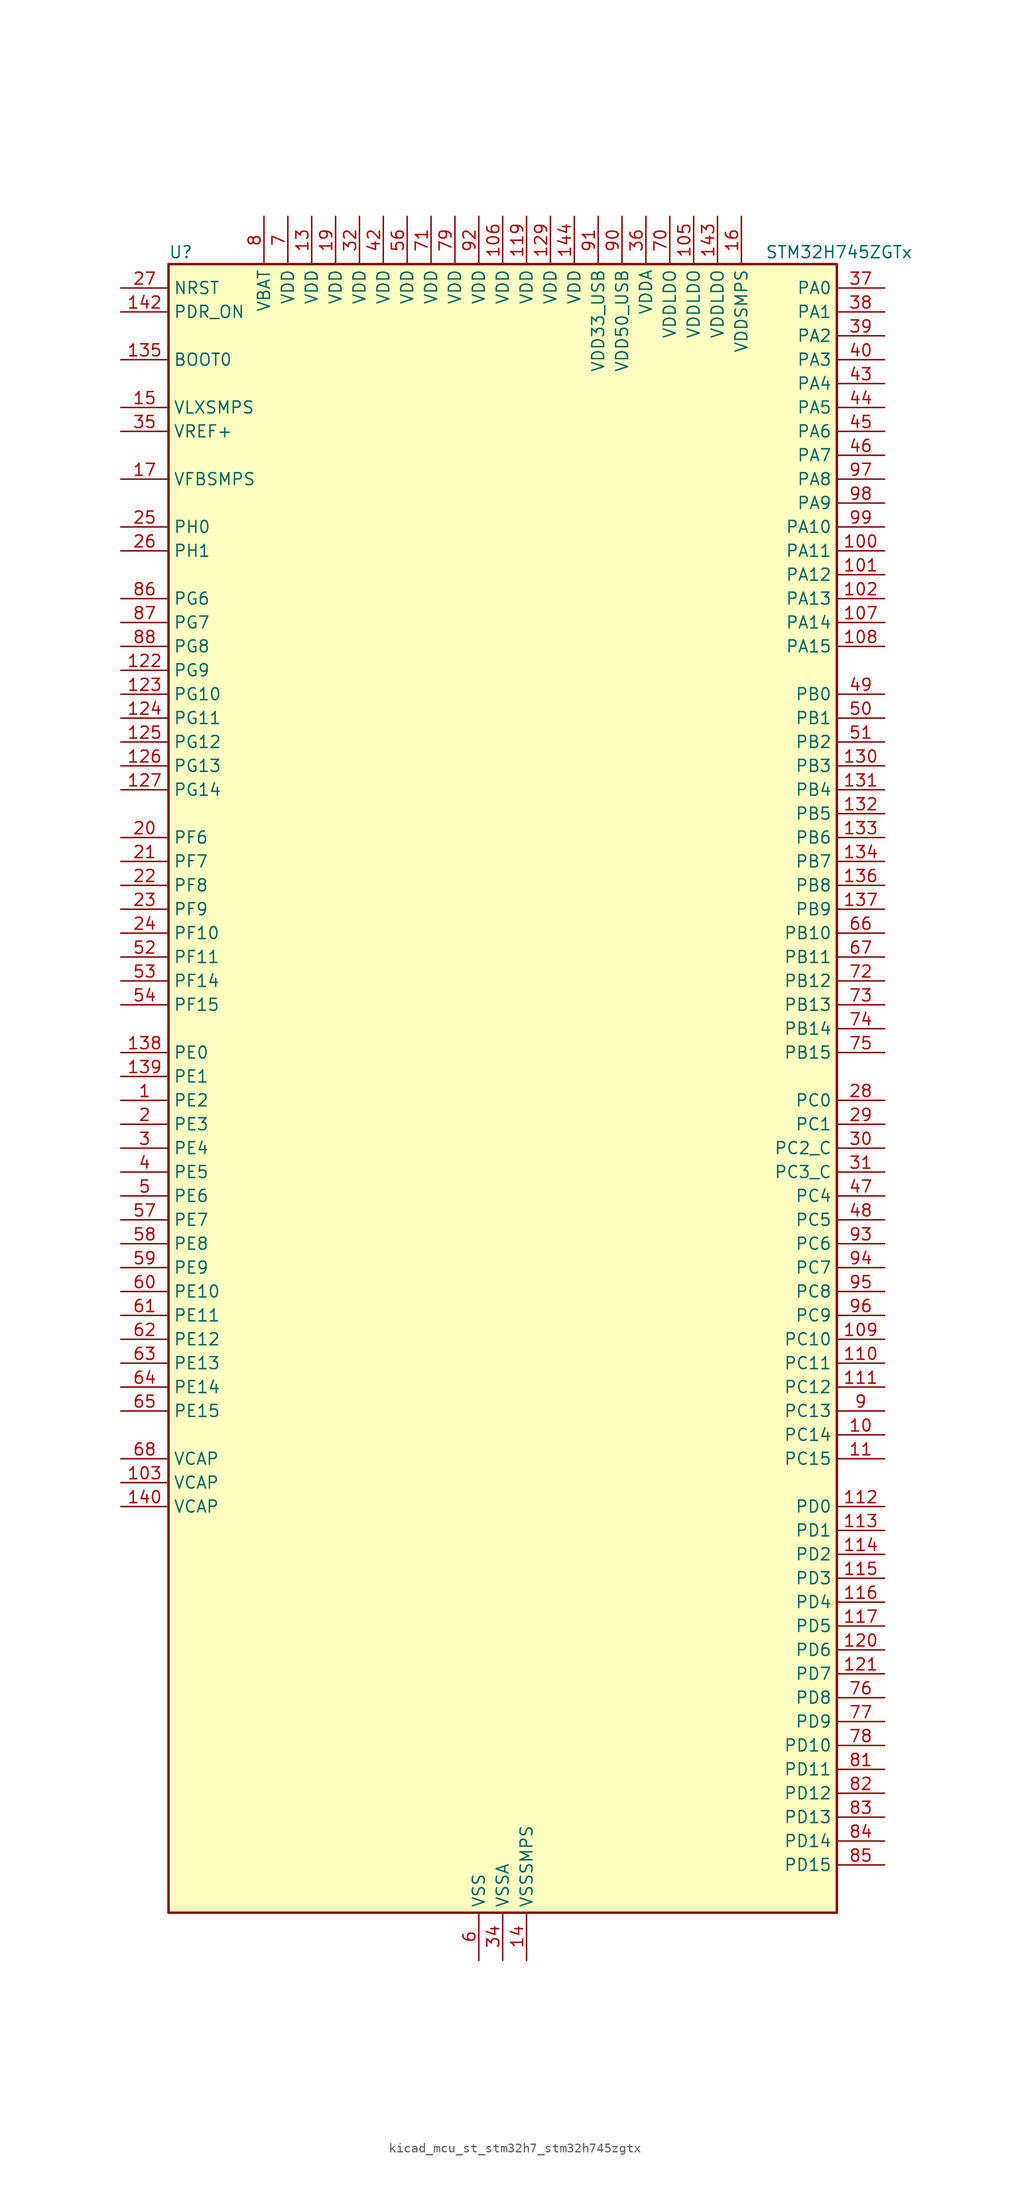
<source format=kicad_sym>
(kicad_symbol_lib
  (version 20220914)
  (generator kicad_symbol_editor)
  (symbol "kicad_mcu_st_stm32h7_stm32h745zgtx"
    (property "Reference" "U"
      (at -35.56 90.17 0)
      (effects (font (size 1.27 1.27)) (justify left)))
    (property "Value" "STM32H745ZGTx"
      (at 27.94 90.17 0)
      (effects (font (size 1.27 1.27)) (justify left)))
    (property "ki_locked" ""
      (at 0 0 0)
      (effects (font (size 1.27 1.27))))
    (symbol "kicad_mcu_st_stm32h7_stm32h745zgtx_0_1"
      (rectangle (start -35.56 -86.36) (end 35.56 88.9) (stroke (width 0.254) (type default)) (fill (type background))))
    (symbol "kicad_mcu_st_stm32h7_stm32h745zgtx_1_1"
      (pin bidirectional line (at -40.64 0 0) (length 5.08) (name "PE2" (effects (font (size 1.27 1.27)))) (number "1" (effects (font (size 1.27 1.27)))) (alternate "DEBUG_TRACECLK" bidirectional line) (alternate "ETH_TXD3" bidirectional line) (alternate "FMC_A23" bidirectional line) (alternate "QUADSPI_BK1_IO2" bidirectional line) (alternate "SAI1_CK1" bidirectional line) (alternate "SAI1_MCLK_A" bidirectional line) (alternate "SAI4_CK1" bidirectional line) (alternate "SAI4_MCLK_A" bidirectional line) (alternate "SPI4_SCK" bidirectional line))
      (pin bidirectional line (at 40.64 -35.56 180) (length 5.08) (name "PC14" (effects (font (size 1.27 1.27)))) (number "10" (effects (font (size 1.27 1.27)))) (alternate "RCC_OSC32_IN" bidirectional line))
      (pin bidirectional line (at 40.64 58.42 180) (length 5.08) (name "PA11" (effects (font (size 1.27 1.27)))) (number "100" (effects (font (size 1.27 1.27)))) (alternate "ADC1_EXTI11" bidirectional line) (alternate "ADC2_EXTI11" bidirectional line) (alternate "ADC3_EXTI11" bidirectional line) (alternate "FDCAN1_RX" bidirectional line) (alternate "HRTIM_CHD1" bidirectional line) (alternate "I2S2_WS" bidirectional line) (alternate "LPUART1_CTS" bidirectional line) (alternate "LTDC_R4" bidirectional line) (alternate "SPI2_NSS" bidirectional line) (alternate "TIM1_CH4" bidirectional line) (alternate "UART4_RX" bidirectional line) (alternate "USART1_CTS" bidirectional line) (alternate "USART1_NSS" bidirectional line) (alternate "USB_OTG_FS_DM" bidirectional line))
      (pin bidirectional line (at 40.64 55.88 180) (length 5.08) (name "PA12" (effects (font (size 1.27 1.27)))) (number "101" (effects (font (size 1.27 1.27)))) (alternate "FDCAN1_TX" bidirectional line) (alternate "HRTIM_CHD2" bidirectional line) (alternate "I2S2_CK" bidirectional line) (alternate "LPUART1_DE" bidirectional line) (alternate "LPUART1_RTS" bidirectional line) (alternate "LTDC_R5" bidirectional line) (alternate "SAI2_FS_B" bidirectional line) (alternate "SPI2_SCK" bidirectional line) (alternate "TIM1_ETR" bidirectional line) (alternate "UART4_TX" bidirectional line) (alternate "USART1_DE" bidirectional line) (alternate "USART1_RTS" bidirectional line) (alternate "USB_OTG_FS_DP" bidirectional line))
      (pin bidirectional line (at 40.64 53.34 180) (length 5.08) (name "PA13" (effects (font (size 1.27 1.27)))) (number "102" (effects (font (size 1.27 1.27)))) (alternate "DEBUG_JTMS-SWDIO" bidirectional line))
      (pin power_out line (at -40.64 -40.64 0) (length 5.08) (name "VCAP" (effects (font (size 1.27 1.27)))) (number "103" (effects (font (size 1.27 1.27)))))
      (pin passive line (at -2.54 -91.44 90) (length 5.08) hide (name "VSS" (effects (font (size 1.27 1.27)))) (number "104" (effects (font (size 1.27 1.27)))))
      (pin power_in line (at 20.32 93.98 270) (length 5.08) (name "VDDLDO" (effects (font (size 1.27 1.27)))) (number "105" (effects (font (size 1.27 1.27)))))
      (pin power_in line (at 0 93.98 270) (length 5.08) (name "VDD" (effects (font (size 1.27 1.27)))) (number "106" (effects (font (size 1.27 1.27)))))
      (pin bidirectional line (at 40.64 50.8 180) (length 5.08) (name "PA14" (effects (font (size 1.27 1.27)))) (number "107" (effects (font (size 1.27 1.27)))) (alternate "DEBUG_JTCK-SWCLK" bidirectional line))
      (pin bidirectional line (at 40.64 48.26 180) (length 5.08) (name "PA15" (effects (font (size 1.27 1.27)))) (number "108" (effects (font (size 1.27 1.27)))) (alternate "ADC1_EXTI15" bidirectional line) (alternate "ADC2_EXTI15" bidirectional line) (alternate "ADC3_EXTI15" bidirectional line) (alternate "CEC" bidirectional line) (alternate "DEBUG_JTDI" bidirectional line) (alternate "HRTIM_FLT1" bidirectional line) (alternate "I2S1_WS" bidirectional line) (alternate "I2S3_WS" bidirectional line) (alternate "SPI1_NSS" bidirectional line) (alternate "SPI3_NSS" bidirectional line) (alternate "SPI6_NSS" bidirectional line) (alternate "TIM2_CH1" bidirectional line) (alternate "TIM2_ETR" bidirectional line) (alternate "UART4_DE" bidirectional line) (alternate "UART4_RTS" bidirectional line) (alternate "UART7_TX" bidirectional line))
      (pin bidirectional line (at 40.64 -25.4 180) (length 5.08) (name "PC10" (effects (font (size 1.27 1.27)))) (number "109" (effects (font (size 1.27 1.27)))) (alternate "DCMI_D8" bidirectional line) (alternate "DFSDM1_CKIN5" bidirectional line) (alternate "HRTIM_EEV1" bidirectional line) (alternate "I2S3_CK" bidirectional line) (alternate "LTDC_R2" bidirectional line) (alternate "QUADSPI_BK1_IO1" bidirectional line) (alternate "SDMMC1_D2" bidirectional line) (alternate "SPI3_SCK" bidirectional line) (alternate "UART4_TX" bidirectional line) (alternate "USART3_TX" bidirectional line))
      (pin bidirectional line (at 40.64 -38.1 180) (length 5.08) (name "PC15" (effects (font (size 1.27 1.27)))) (number "11" (effects (font (size 1.27 1.27)))) (alternate "ADC1_EXTI15" bidirectional line) (alternate "ADC2_EXTI15" bidirectional line) (alternate "ADC3_EXTI15" bidirectional line) (alternate "RCC_OSC32_OUT" bidirectional line))
      (pin bidirectional line (at 40.64 -27.94 180) (length 5.08) (name "PC11" (effects (font (size 1.27 1.27)))) (number "110" (effects (font (size 1.27 1.27)))) (alternate "ADC1_EXTI11" bidirectional line) (alternate "ADC2_EXTI11" bidirectional line) (alternate "ADC3_EXTI11" bidirectional line) (alternate "DCMI_D4" bidirectional line) (alternate "DFSDM1_DATIN5" bidirectional line) (alternate "HRTIM_FLT2" bidirectional line) (alternate "I2S3_SDI" bidirectional line) (alternate "QUADSPI_BK2_NCS" bidirectional line) (alternate "SDMMC1_D3" bidirectional line) (alternate "SPI3_MISO" bidirectional line) (alternate "UART4_RX" bidirectional line) (alternate "USART3_RX" bidirectional line))
      (pin bidirectional line (at 40.64 -30.48 180) (length 5.08) (name "PC12" (effects (font (size 1.27 1.27)))) (number "111" (effects (font (size 1.27 1.27)))) (alternate "DCMI_D9" bidirectional line) (alternate "DEBUG_TRACED3" bidirectional line) (alternate "HRTIM_EEV2" bidirectional line) (alternate "I2S3_SDO" bidirectional line) (alternate "SDMMC1_CK" bidirectional line) (alternate "SPI3_MOSI" bidirectional line) (alternate "UART5_TX" bidirectional line) (alternate "USART3_CK" bidirectional line))
      (pin bidirectional line (at 40.64 -43.18 180) (length 5.08) (name "PD0" (effects (font (size 1.27 1.27)))) (number "112" (effects (font (size 1.27 1.27)))) (alternate "DFSDM1_CKIN6" bidirectional line) (alternate "FDCAN1_RX" bidirectional line) (alternate "FMC_D2" bidirectional line) (alternate "FMC_DA2" bidirectional line) (alternate "SAI3_SCK_A" bidirectional line) (alternate "UART4_RX" bidirectional line))
      (pin bidirectional line (at 40.64 -45.72 180) (length 5.08) (name "PD1" (effects (font (size 1.27 1.27)))) (number "113" (effects (font (size 1.27 1.27)))) (alternate "DFSDM1_DATIN6" bidirectional line) (alternate "FDCAN1_TX" bidirectional line) (alternate "FMC_D3" bidirectional line) (alternate "FMC_DA3" bidirectional line) (alternate "SAI3_SD_A" bidirectional line) (alternate "UART4_TX" bidirectional line))
      (pin bidirectional line (at 40.64 -48.26 180) (length 5.08) (name "PD2" (effects (font (size 1.27 1.27)))) (number "114" (effects (font (size 1.27 1.27)))) (alternate "DCMI_D11" bidirectional line) (alternate "DEBUG_TRACED2" bidirectional line) (alternate "SDMMC1_CMD" bidirectional line) (alternate "TIM3_ETR" bidirectional line) (alternate "UART5_RX" bidirectional line))
      (pin bidirectional line (at 40.64 -50.8 180) (length 5.08) (name "PD3" (effects (font (size 1.27 1.27)))) (number "115" (effects (font (size 1.27 1.27)))) (alternate "DCMI_D5" bidirectional line) (alternate "DFSDM1_CKOUT" bidirectional line) (alternate "FMC_CLK" bidirectional line) (alternate "I2S2_CK" bidirectional line) (alternate "LTDC_G7" bidirectional line) (alternate "SPI2_SCK" bidirectional line) (alternate "USART2_CTS" bidirectional line) (alternate "USART2_NSS" bidirectional line))
      (pin bidirectional line (at 40.64 -53.34 180) (length 5.08) (name "PD4" (effects (font (size 1.27 1.27)))) (number "116" (effects (font (size 1.27 1.27)))) (alternate "FMC_NOE" bidirectional line) (alternate "HRTIM_FLT3" bidirectional line) (alternate "SAI3_FS_A" bidirectional line) (alternate "USART2_DE" bidirectional line) (alternate "USART2_RTS" bidirectional line))
      (pin bidirectional line (at 40.64 -55.88 180) (length 5.08) (name "PD5" (effects (font (size 1.27 1.27)))) (number "117" (effects (font (size 1.27 1.27)))) (alternate "FMC_NWE" bidirectional line) (alternate "HRTIM_EEV3" bidirectional line) (alternate "USART2_TX" bidirectional line))
      (pin passive line (at -2.54 -91.44 90) (length 5.08) hide (name "VSS" (effects (font (size 1.27 1.27)))) (number "118" (effects (font (size 1.27 1.27)))))
      (pin power_in line (at 2.54 93.98 270) (length 5.08) (name "VDD" (effects (font (size 1.27 1.27)))) (number "119" (effects (font (size 1.27 1.27)))))
      (pin passive line (at -2.54 -91.44 90) (length 5.08) hide (name "VSS" (effects (font (size 1.27 1.27)))) (number "12" (effects (font (size 1.27 1.27)))))
      (pin bidirectional line (at 40.64 -58.42 180) (length 5.08) (name "PD6" (effects (font (size 1.27 1.27)))) (number "120" (effects (font (size 1.27 1.27)))) (alternate "DCMI_D10" bidirectional line) (alternate "DFSDM1_CKIN4" bidirectional line) (alternate "DFSDM1_DATIN1" bidirectional line) (alternate "FMC_NWAIT" bidirectional line) (alternate "I2S3_SDO" bidirectional line) (alternate "LTDC_B2" bidirectional line) (alternate "SAI1_D1" bidirectional line) (alternate "SAI1_SD_A" bidirectional line) (alternate "SAI4_D1" bidirectional line) (alternate "SAI4_SD_A" bidirectional line) (alternate "SDMMC2_CK" bidirectional line) (alternate "SPI3_MOSI" bidirectional line) (alternate "USART2_RX" bidirectional line))
      (pin bidirectional line (at 40.64 -60.96 180) (length 5.08) (name "PD7" (effects (font (size 1.27 1.27)))) (number "121" (effects (font (size 1.27 1.27)))) (alternate "DFSDM1_CKIN1" bidirectional line) (alternate "DFSDM1_DATIN4" bidirectional line) (alternate "FMC_NE1" bidirectional line) (alternate "I2S1_SDO" bidirectional line) (alternate "SDMMC2_CMD" bidirectional line) (alternate "SPDIFRX1_IN0" bidirectional line) (alternate "SPI1_MOSI" bidirectional line) (alternate "USART2_CK" bidirectional line))
      (pin bidirectional line (at -40.64 45.72 0) (length 5.08) (name "PG9" (effects (font (size 1.27 1.27)))) (number "122" (effects (font (size 1.27 1.27)))) (alternate "DAC1_EXTI9" bidirectional line) (alternate "DCMI_VSYNC" bidirectional line) (alternate "FMC_NCE" bidirectional line) (alternate "FMC_NE2" bidirectional line) (alternate "I2S1_SDI" bidirectional line) (alternate "QUADSPI_BK2_IO2" bidirectional line) (alternate "SAI2_FS_B" bidirectional line) (alternate "SPDIFRX1_IN3" bidirectional line) (alternate "SPI1_MISO" bidirectional line) (alternate "USART6_RX" bidirectional line))
      (pin bidirectional line (at -40.64 43.18 0) (length 5.08) (name "PG10" (effects (font (size 1.27 1.27)))) (number "123" (effects (font (size 1.27 1.27)))) (alternate "DCMI_D2" bidirectional line) (alternate "FMC_NE3" bidirectional line) (alternate "HRTIM_FLT5" bidirectional line) (alternate "I2S1_WS" bidirectional line) (alternate "LTDC_B2" bidirectional line) (alternate "LTDC_G3" bidirectional line) (alternate "SAI2_SD_B" bidirectional line) (alternate "SPI1_NSS" bidirectional line))
      (pin bidirectional line (at -40.64 40.64 0) (length 5.08) (name "PG11" (effects (font (size 1.27 1.27)))) (number "124" (effects (font (size 1.27 1.27)))) (alternate "ADC1_EXTI11" bidirectional line) (alternate "ADC2_EXTI11" bidirectional line) (alternate "ADC3_EXTI11" bidirectional line) (alternate "DCMI_D3" bidirectional line) (alternate "ETH_TX_EN" bidirectional line) (alternate "HRTIM_EEV4" bidirectional line) (alternate "I2S1_CK" bidirectional line) (alternate "LPTIM1_IN2" bidirectional line) (alternate "LTDC_B3" bidirectional line) (alternate "SDMMC2_D2" bidirectional line) (alternate "SPDIFRX1_IN0" bidirectional line) (alternate "SPI1_SCK" bidirectional line))
      (pin bidirectional line (at -40.64 38.1 0) (length 5.08) (name "PG12" (effects (font (size 1.27 1.27)))) (number "125" (effects (font (size 1.27 1.27)))) (alternate "ETH_TXD1" bidirectional line) (alternate "FMC_NE4" bidirectional line) (alternate "HRTIM_EEV5" bidirectional line) (alternate "LPTIM1_IN1" bidirectional line) (alternate "LTDC_B1" bidirectional line) (alternate "LTDC_B4" bidirectional line) (alternate "SPDIFRX1_IN1" bidirectional line) (alternate "SPI6_MISO" bidirectional line) (alternate "USART6_DE" bidirectional line) (alternate "USART6_RTS" bidirectional line))
      (pin bidirectional line (at -40.64 35.56 0) (length 5.08) (name "PG13" (effects (font (size 1.27 1.27)))) (number "126" (effects (font (size 1.27 1.27)))) (alternate "DEBUG_TRACED0" bidirectional line) (alternate "ETH_TXD0" bidirectional line) (alternate "FMC_A24" bidirectional line) (alternate "HRTIM_EEV10" bidirectional line) (alternate "LPTIM1_OUT" bidirectional line) (alternate "LTDC_R0" bidirectional line) (alternate "SPI6_SCK" bidirectional line) (alternate "USART6_CTS" bidirectional line) (alternate "USART6_NSS" bidirectional line))
      (pin bidirectional line (at -40.64 33.02 0) (length 5.08) (name "PG14" (effects (font (size 1.27 1.27)))) (number "127" (effects (font (size 1.27 1.27)))) (alternate "DEBUG_TRACED1" bidirectional line) (alternate "ETH_TXD1" bidirectional line) (alternate "FMC_A25" bidirectional line) (alternate "LPTIM1_ETR" bidirectional line) (alternate "LTDC_B0" bidirectional line) (alternate "QUADSPI_BK2_IO3" bidirectional line) (alternate "SPI6_MOSI" bidirectional line) (alternate "USART6_TX" bidirectional line))
      (pin passive line (at -2.54 -91.44 90) (length 5.08) hide (name "VSS" (effects (font (size 1.27 1.27)))) (number "128" (effects (font (size 1.27 1.27)))))
      (pin power_in line (at 5.08 93.98 270) (length 5.08) (name "VDD" (effects (font (size 1.27 1.27)))) (number "129" (effects (font (size 1.27 1.27)))))
      (pin power_in line (at -20.32 93.98 270) (length 5.08) (name "VDD" (effects (font (size 1.27 1.27)))) (number "13" (effects (font (size 1.27 1.27)))))
      (pin bidirectional line (at 40.64 35.56 180) (length 5.08) (name "PB3" (effects (font (size 1.27 1.27)))) (number "130" (effects (font (size 1.27 1.27)))) (alternate "CRS_SYNC" bidirectional line) (alternate "DEBUG_JTDO-SWO" bidirectional line) (alternate "HRTIM_FLT4" bidirectional line) (alternate "I2S1_CK" bidirectional line) (alternate "I2S3_CK" bidirectional line) (alternate "SDMMC2_D2" bidirectional line) (alternate "SPI1_SCK" bidirectional line) (alternate "SPI3_SCK" bidirectional line) (alternate "SPI6_SCK" bidirectional line) (alternate "TIM2_CH2" bidirectional line) (alternate "UART7_RX" bidirectional line))
      (pin bidirectional line (at 40.64 33.02 180) (length 5.08) (name "PB4" (effects (font (size 1.27 1.27)))) (number "131" (effects (font (size 1.27 1.27)))) (alternate "DEBUG_JTRST" bidirectional line) (alternate "HRTIM_EEV6" bidirectional line) (alternate "I2S1_SDI" bidirectional line) (alternate "I2S2_WS" bidirectional line) (alternate "I2S3_SDI" bidirectional line) (alternate "SDMMC2_D3" bidirectional line) (alternate "SPI1_MISO" bidirectional line) (alternate "SPI2_NSS" bidirectional line) (alternate "SPI3_MISO" bidirectional line) (alternate "SPI6_MISO" bidirectional line) (alternate "TIM16_BKIN" bidirectional line) (alternate "TIM3_CH1" bidirectional line) (alternate "UART7_TX" bidirectional line))
      (pin bidirectional line (at 40.64 30.48 180) (length 5.08) (name "PB5" (effects (font (size 1.27 1.27)))) (number "132" (effects (font (size 1.27 1.27)))) (alternate "DCMI_D10" bidirectional line) (alternate "ETH_PPS_OUT" bidirectional line) (alternate "FDCAN2_RX" bidirectional line) (alternate "FMC_SDCKE1" bidirectional line) (alternate "HRTIM_EEV7" bidirectional line) (alternate "I2C1_SMBA" bidirectional line) (alternate "I2C4_SMBA" bidirectional line) (alternate "I2S1_SDO" bidirectional line) (alternate "I2S3_SDO" bidirectional line) (alternate "SPI1_MOSI" bidirectional line) (alternate "SPI3_MOSI" bidirectional line) (alternate "SPI6_MOSI" bidirectional line) (alternate "TIM17_BKIN" bidirectional line) (alternate "TIM3_CH2" bidirectional line) (alternate "UART5_RX" bidirectional line) (alternate "USB_OTG_HS_ULPI_D7" bidirectional line))
      (pin bidirectional line (at 40.64 27.94 180) (length 5.08) (name "PB6" (effects (font (size 1.27 1.27)))) (number "133" (effects (font (size 1.27 1.27)))) (alternate "CEC" bidirectional line) (alternate "DCMI_D5" bidirectional line) (alternate "DFSDM1_DATIN5" bidirectional line) (alternate "FDCAN2_TX" bidirectional line) (alternate "FMC_SDNE1" bidirectional line) (alternate "HRTIM_EEV8" bidirectional line) (alternate "I2C1_SCL" bidirectional line) (alternate "I2C4_SCL" bidirectional line) (alternate "LPUART1_TX" bidirectional line) (alternate "QUADSPI_BK1_NCS" bidirectional line) (alternate "TIM16_CH1N" bidirectional line) (alternate "TIM4_CH1" bidirectional line) (alternate "UART5_TX" bidirectional line) (alternate "USART1_TX" bidirectional line))
      (pin bidirectional line (at 40.64 25.4 180) (length 5.08) (name "PB7" (effects (font (size 1.27 1.27)))) (number "134" (effects (font (size 1.27 1.27)))) (alternate "DCMI_VSYNC" bidirectional line) (alternate "DFSDM1_CKIN5" bidirectional line) (alternate "FMC_NL" bidirectional line) (alternate "HRTIM_EEV9" bidirectional line) (alternate "I2C1_SDA" bidirectional line) (alternate "I2C4_SDA" bidirectional line) (alternate "LPUART1_RX" bidirectional line) (alternate "PWR_PVD_IN" bidirectional line) (alternate "TIM17_CH1N" bidirectional line) (alternate "TIM4_CH2" bidirectional line) (alternate "USART1_RX" bidirectional line))
      (pin input line (at -40.64 78.74 0) (length 5.08) (name "BOOT0" (effects (font (size 1.27 1.27)))) (number "135" (effects (font (size 1.27 1.27)))))
      (pin bidirectional line (at 40.64 22.86 180) (length 5.08) (name "PB8" (effects (font (size 1.27 1.27)))) (number "136" (effects (font (size 1.27 1.27)))) (alternate "DCMI_D6" bidirectional line) (alternate "DFSDM1_CKIN7" bidirectional line) (alternate "ETH_TXD3" bidirectional line) (alternate "FDCAN1_RX" bidirectional line) (alternate "I2C1_SCL" bidirectional line) (alternate "I2C4_SCL" bidirectional line) (alternate "LTDC_B6" bidirectional line) (alternate "SDMMC1_CKIN" bidirectional line) (alternate "SDMMC1_D4" bidirectional line) (alternate "SDMMC2_D4" bidirectional line) (alternate "TIM16_CH1" bidirectional line) (alternate "TIM4_CH3" bidirectional line) (alternate "UART4_RX" bidirectional line))
      (pin bidirectional line (at 40.64 20.32 180) (length 5.08) (name "PB9" (effects (font (size 1.27 1.27)))) (number "137" (effects (font (size 1.27 1.27)))) (alternate "DAC1_EXTI9" bidirectional line) (alternate "DCMI_D7" bidirectional line) (alternate "DFSDM1_DATIN7" bidirectional line) (alternate "FDCAN1_TX" bidirectional line) (alternate "I2C1_SDA" bidirectional line) (alternate "I2C4_SDA" bidirectional line) (alternate "I2C4_SMBA" bidirectional line) (alternate "I2S2_WS" bidirectional line) (alternate "LTDC_B7" bidirectional line) (alternate "SDMMC1_CDIR" bidirectional line) (alternate "SDMMC1_D5" bidirectional line) (alternate "SDMMC2_D5" bidirectional line) (alternate "SPI2_NSS" bidirectional line) (alternate "TIM17_CH1" bidirectional line) (alternate "TIM4_CH4" bidirectional line) (alternate "UART4_TX" bidirectional line))
      (pin bidirectional line (at -40.64 5.08 0) (length 5.08) (name "PE0" (effects (font (size 1.27 1.27)))) (number "138" (effects (font (size 1.27 1.27)))) (alternate "DCMI_D2" bidirectional line) (alternate "FMC_NBL0" bidirectional line) (alternate "HRTIM_SCIN" bidirectional line) (alternate "LPTIM1_ETR" bidirectional line) (alternate "LPTIM2_ETR" bidirectional line) (alternate "SAI2_MCLK_A" bidirectional line) (alternate "TIM4_ETR" bidirectional line) (alternate "UART8_RX" bidirectional line))
      (pin bidirectional line (at -40.64 2.54 0) (length 5.08) (name "PE1" (effects (font (size 1.27 1.27)))) (number "139" (effects (font (size 1.27 1.27)))) (alternate "DCMI_D3" bidirectional line) (alternate "FMC_NBL1" bidirectional line) (alternate "HRTIM_SCOUT" bidirectional line) (alternate "LPTIM1_IN2" bidirectional line) (alternate "UART8_TX" bidirectional line))
      (pin power_in line (at 2.54 -91.44 90) (length 5.08) (name "VSSSMPS" (effects (font (size 1.27 1.27)))) (number "14" (effects (font (size 1.27 1.27)))))
      (pin power_out line (at -40.64 -43.18 0) (length 5.08) (name "VCAP" (effects (font (size 1.27 1.27)))) (number "140" (effects (font (size 1.27 1.27)))))
      (pin passive line (at -2.54 -91.44 90) (length 5.08) hide (name "VSS" (effects (font (size 1.27 1.27)))) (number "141" (effects (font (size 1.27 1.27)))))
      (pin input line (at -40.64 83.82 0) (length 5.08) (name "PDR_ON" (effects (font (size 1.27 1.27)))) (number "142" (effects (font (size 1.27 1.27)))))
      (pin power_in line (at 22.86 93.98 270) (length 5.08) (name "VDDLDO" (effects (font (size 1.27 1.27)))) (number "143" (effects (font (size 1.27 1.27)))))
      (pin power_in line (at 7.62 93.98 270) (length 5.08) (name "VDD" (effects (font (size 1.27 1.27)))) (number "144" (effects (font (size 1.27 1.27)))))
      (pin power_in line (at -40.64 73.66 0) (length 5.08) (name "VLXSMPS" (effects (font (size 1.27 1.27)))) (number "15" (effects (font (size 1.27 1.27)))))
      (pin power_in line (at 25.4 93.98 270) (length 5.08) (name "VDDSMPS" (effects (font (size 1.27 1.27)))) (number "16" (effects (font (size 1.27 1.27)))))
      (pin input line (at -40.64 66.04 0) (length 5.08) (name "VFBSMPS" (effects (font (size 1.27 1.27)))) (number "17" (effects (font (size 1.27 1.27)))))
      (pin passive line (at -2.54 -91.44 90) (length 5.08) hide (name "VSS" (effects (font (size 1.27 1.27)))) (number "18" (effects (font (size 1.27 1.27)))))
      (pin power_in line (at -17.78 93.98 270) (length 5.08) (name "VDD" (effects (font (size 1.27 1.27)))) (number "19" (effects (font (size 1.27 1.27)))))
      (pin bidirectional line (at -40.64 -2.54 0) (length 5.08) (name "PE3" (effects (font (size 1.27 1.27)))) (number "2" (effects (font (size 1.27 1.27)))) (alternate "DEBUG_TRACED0" bidirectional line) (alternate "FMC_A19" bidirectional line) (alternate "SAI1_SD_B" bidirectional line) (alternate "SAI4_SD_B" bidirectional line) (alternate "TIM15_BKIN" bidirectional line))
      (pin bidirectional line (at -40.64 27.94 0) (length 5.08) (name "PF6" (effects (font (size 1.27 1.27)))) (number "20" (effects (font (size 1.27 1.27)))) (alternate "ADC3_INP8" bidirectional line) (alternate "QUADSPI_BK1_IO3" bidirectional line) (alternate "SAI1_SD_B" bidirectional line) (alternate "SAI4_SD_B" bidirectional line) (alternate "SPI5_NSS" bidirectional line) (alternate "TIM16_CH1" bidirectional line) (alternate "UART7_RX" bidirectional line))
      (pin bidirectional line (at -40.64 25.4 0) (length 5.08) (name "PF7" (effects (font (size 1.27 1.27)))) (number "21" (effects (font (size 1.27 1.27)))) (alternate "ADC3_INP3" bidirectional line) (alternate "QUADSPI_BK1_IO2" bidirectional line) (alternate "SAI1_MCLK_B" bidirectional line) (alternate "SAI4_MCLK_B" bidirectional line) (alternate "SPI5_SCK" bidirectional line) (alternate "TIM17_CH1" bidirectional line) (alternate "UART7_TX" bidirectional line))
      (pin bidirectional line (at -40.64 22.86 0) (length 5.08) (name "PF8" (effects (font (size 1.27 1.27)))) (number "22" (effects (font (size 1.27 1.27)))) (alternate "ADC3_INN3" bidirectional line) (alternate "ADC3_INP7" bidirectional line) (alternate "QUADSPI_BK1_IO0" bidirectional line) (alternate "SAI1_SCK_B" bidirectional line) (alternate "SAI4_SCK_B" bidirectional line) (alternate "SPI5_MISO" bidirectional line) (alternate "TIM13_CH1" bidirectional line) (alternate "TIM16_CH1N" bidirectional line) (alternate "UART7_DE" bidirectional line) (alternate "UART7_RTS" bidirectional line))
      (pin bidirectional line (at -40.64 20.32 0) (length 5.08) (name "PF9" (effects (font (size 1.27 1.27)))) (number "23" (effects (font (size 1.27 1.27)))) (alternate "ADC3_INP2" bidirectional line) (alternate "DAC1_EXTI9" bidirectional line) (alternate "QUADSPI_BK1_IO1" bidirectional line) (alternate "SAI1_FS_B" bidirectional line) (alternate "SAI4_FS_B" bidirectional line) (alternate "SPI5_MOSI" bidirectional line) (alternate "TIM14_CH1" bidirectional line) (alternate "TIM17_CH1N" bidirectional line) (alternate "UART7_CTS" bidirectional line))
      (pin bidirectional line (at -40.64 17.78 0) (length 5.08) (name "PF10" (effects (font (size 1.27 1.27)))) (number "24" (effects (font (size 1.27 1.27)))) (alternate "ADC3_INN2" bidirectional line) (alternate "ADC3_INP6" bidirectional line) (alternate "DCMI_D11" bidirectional line) (alternate "LTDC_DE" bidirectional line) (alternate "QUADSPI_CLK" bidirectional line) (alternate "SAI1_D3" bidirectional line) (alternate "SAI4_D3" bidirectional line) (alternate "TIM16_BKIN" bidirectional line))
      (pin bidirectional line (at -40.64 60.96 0) (length 5.08) (name "PH0" (effects (font (size 1.27 1.27)))) (number "25" (effects (font (size 1.27 1.27)))) (alternate "RCC_OSC_IN" bidirectional line))
      (pin bidirectional line (at -40.64 58.42 0) (length 5.08) (name "PH1" (effects (font (size 1.27 1.27)))) (number "26" (effects (font (size 1.27 1.27)))) (alternate "RCC_OSC_OUT" bidirectional line))
      (pin input line (at -40.64 86.36 0) (length 5.08) (name "NRST" (effects (font (size 1.27 1.27)))) (number "27" (effects (font (size 1.27 1.27)))))
      (pin bidirectional line (at 40.64 0 180) (length 5.08) (name "PC0" (effects (font (size 1.27 1.27)))) (number "28" (effects (font (size 1.27 1.27)))) (alternate "ADC1_INP10" bidirectional line) (alternate "ADC2_INP10" bidirectional line) (alternate "ADC3_INP10" bidirectional line) (alternate "DFSDM1_CKIN0" bidirectional line) (alternate "DFSDM1_DATIN4" bidirectional line) (alternate "FMC_SDNWE" bidirectional line) (alternate "LTDC_R5" bidirectional line) (alternate "SAI2_FS_B" bidirectional line) (alternate "USB_OTG_HS_ULPI_STP" bidirectional line))
      (pin bidirectional line (at 40.64 -2.54 180) (length 5.08) (name "PC1" (effects (font (size 1.27 1.27)))) (number "29" (effects (font (size 1.27 1.27)))) (alternate "ADC1_INN10" bidirectional line) (alternate "ADC1_INP11" bidirectional line) (alternate "ADC2_INN10" bidirectional line) (alternate "ADC2_INP11" bidirectional line) (alternate "ADC3_INN10" bidirectional line) (alternate "ADC3_INP11" bidirectional line) (alternate "DEBUG_TRACED0" bidirectional line) (alternate "DFSDM1_CKIN4" bidirectional line) (alternate "DFSDM1_DATIN0" bidirectional line) (alternate "ETH_MDC" bidirectional line) (alternate "I2S2_SDO" bidirectional line) (alternate "MDIOS_MDC" bidirectional line) (alternate "PWR_WKUP5" bidirectional line) (alternate "RTC_TAMP3" bidirectional line) (alternate "SAI1_D1" bidirectional line) (alternate "SAI1_SD_A" bidirectional line) (alternate "SAI4_D1" bidirectional line) (alternate "SAI4_SD_A" bidirectional line) (alternate "SDMMC2_CK" bidirectional line) (alternate "SPI2_MOSI" bidirectional line))
      (pin bidirectional line (at -40.64 -5.08 0) (length 5.08) (name "PE4" (effects (font (size 1.27 1.27)))) (number "3" (effects (font (size 1.27 1.27)))) (alternate "DCMI_D4" bidirectional line) (alternate "DEBUG_TRACED1" bidirectional line) (alternate "DFSDM1_DATIN3" bidirectional line) (alternate "FMC_A20" bidirectional line) (alternate "LTDC_B0" bidirectional line) (alternate "SAI1_D2" bidirectional line) (alternate "SAI1_FS_A" bidirectional line) (alternate "SAI4_D2" bidirectional line) (alternate "SAI4_FS_A" bidirectional line) (alternate "SPI4_NSS" bidirectional line) (alternate "TIM15_CH1N" bidirectional line))
      (pin bidirectional line (at 40.64 -5.08 180) (length 5.08) (name "PC2_C" (effects (font (size 1.27 1.27)))) (number "30" (effects (font (size 1.27 1.27)))) (alternate "ADC3_INN1" bidirectional line) (alternate "ADC3_INP0" bidirectional line) (alternate "DFSDM1_CKIN1" bidirectional line) (alternate "DFSDM1_CKOUT" bidirectional line) (alternate "ETH_TXD2" bidirectional line) (alternate "FMC_SDNE0" bidirectional line) (alternate "I2S2_SDI" bidirectional line) (alternate "PWR_CSTOP" bidirectional line) (alternate "SPI2_MISO" bidirectional line) (alternate "USB_OTG_HS_ULPI_DIR" bidirectional line))
      (pin bidirectional line (at 40.64 -7.62 180) (length 5.08) (name "PC3_C" (effects (font (size 1.27 1.27)))) (number "31" (effects (font (size 1.27 1.27)))) (alternate "ADC3_INP1" bidirectional line) (alternate "DFSDM1_DATIN1" bidirectional line) (alternate "ETH_TX_CLK" bidirectional line) (alternate "FMC_SDCKE0" bidirectional line) (alternate "I2S2_SDO" bidirectional line) (alternate "PWR_CSLEEP" bidirectional line) (alternate "SPI2_MOSI" bidirectional line) (alternate "USB_OTG_HS_ULPI_NXT" bidirectional line))
      (pin power_in line (at -15.24 93.98 270) (length 5.08) (name "VDD" (effects (font (size 1.27 1.27)))) (number "32" (effects (font (size 1.27 1.27)))))
      (pin passive line (at -2.54 -91.44 90) (length 5.08) hide (name "VSS" (effects (font (size 1.27 1.27)))) (number "33" (effects (font (size 1.27 1.27)))))
      (pin power_in line (at 0 -91.44 90) (length 5.08) (name "VSSA" (effects (font (size 1.27 1.27)))) (number "34" (effects (font (size 1.27 1.27)))))
      (pin input line (at -40.64 71.12 0) (length 5.08) (name "VREF+" (effects (font (size 1.27 1.27)))) (number "35" (effects (font (size 1.27 1.27)))) (alternate "VREFBUF_OUT" bidirectional line))
      (pin power_in line (at 15.24 93.98 270) (length 5.08) (name "VDDA" (effects (font (size 1.27 1.27)))) (number "36" (effects (font (size 1.27 1.27)))))
      (pin bidirectional line (at 40.64 86.36 180) (length 5.08) (name "PA0" (effects (font (size 1.27 1.27)))) (number "37" (effects (font (size 1.27 1.27)))) (alternate "ADC1_INP16" bidirectional line) (alternate "ETH_CRS" bidirectional line) (alternate "PWR_WKUP0" bidirectional line) (alternate "SAI2_SD_B" bidirectional line) (alternate "SDMMC2_CMD" bidirectional line) (alternate "TIM15_BKIN" bidirectional line) (alternate "TIM2_CH1" bidirectional line) (alternate "TIM2_ETR" bidirectional line) (alternate "TIM5_CH1" bidirectional line) (alternate "TIM8_ETR" bidirectional line) (alternate "UART4_TX" bidirectional line) (alternate "USART2_CTS" bidirectional line) (alternate "USART2_NSS" bidirectional line))
      (pin bidirectional line (at 40.64 83.82 180) (length 5.08) (name "PA1" (effects (font (size 1.27 1.27)))) (number "38" (effects (font (size 1.27 1.27)))) (alternate "ADC1_INN16" bidirectional line) (alternate "ADC1_INP17" bidirectional line) (alternate "ETH_REF_CLK" bidirectional line) (alternate "ETH_RX_CLK" bidirectional line) (alternate "LPTIM3_OUT" bidirectional line) (alternate "LTDC_R2" bidirectional line) (alternate "QUADSPI_BK1_IO3" bidirectional line) (alternate "SAI2_MCLK_B" bidirectional line) (alternate "TIM15_CH1N" bidirectional line) (alternate "TIM2_CH2" bidirectional line) (alternate "TIM5_CH2" bidirectional line) (alternate "UART4_RX" bidirectional line) (alternate "USART2_DE" bidirectional line) (alternate "USART2_RTS" bidirectional line))
      (pin bidirectional line (at 40.64 81.28 180) (length 5.08) (name "PA2" (effects (font (size 1.27 1.27)))) (number "39" (effects (font (size 1.27 1.27)))) (alternate "ADC1_INP14" bidirectional line) (alternate "ADC2_INP14" bidirectional line) (alternate "ETH_MDIO" bidirectional line) (alternate "LPTIM4_OUT" bidirectional line) (alternate "LTDC_R1" bidirectional line) (alternate "MDIOS_MDIO" bidirectional line) (alternate "PWR_WKUP1" bidirectional line) (alternate "SAI2_SCK_B" bidirectional line) (alternate "TIM15_CH1" bidirectional line) (alternate "TIM2_CH3" bidirectional line) (alternate "TIM5_CH3" bidirectional line) (alternate "USART2_TX" bidirectional line))
      (pin bidirectional line (at -40.64 -7.62 0) (length 5.08) (name "PE5" (effects (font (size 1.27 1.27)))) (number "4" (effects (font (size 1.27 1.27)))) (alternate "DCMI_D6" bidirectional line) (alternate "DEBUG_TRACED2" bidirectional line) (alternate "DFSDM1_CKIN3" bidirectional line) (alternate "FMC_A21" bidirectional line) (alternate "LTDC_G0" bidirectional line) (alternate "SAI1_CK2" bidirectional line) (alternate "SAI1_SCK_A" bidirectional line) (alternate "SAI4_CK2" bidirectional line) (alternate "SAI4_SCK_A" bidirectional line) (alternate "SPI4_MISO" bidirectional line) (alternate "TIM15_CH1" bidirectional line))
      (pin bidirectional line (at 40.64 78.74 180) (length 5.08) (name "PA3" (effects (font (size 1.27 1.27)))) (number "40" (effects (font (size 1.27 1.27)))) (alternate "ADC1_INP15" bidirectional line) (alternate "ADC2_INP15" bidirectional line) (alternate "ETH_COL" bidirectional line) (alternate "LPTIM5_OUT" bidirectional line) (alternate "LTDC_B2" bidirectional line) (alternate "LTDC_B5" bidirectional line) (alternate "TIM15_CH2" bidirectional line) (alternate "TIM2_CH4" bidirectional line) (alternate "TIM5_CH4" bidirectional line) (alternate "USART2_RX" bidirectional line) (alternate "USB_OTG_HS_ULPI_D0" bidirectional line))
      (pin passive line (at -2.54 -91.44 90) (length 5.08) hide (name "VSS" (effects (font (size 1.27 1.27)))) (number "41" (effects (font (size 1.27 1.27)))))
      (pin power_in line (at -12.7 93.98 270) (length 5.08) (name "VDD" (effects (font (size 1.27 1.27)))) (number "42" (effects (font (size 1.27 1.27)))))
      (pin bidirectional line (at 40.64 76.2 180) (length 5.08) (name "PA4" (effects (font (size 1.27 1.27)))) (number "43" (effects (font (size 1.27 1.27)))) (alternate "ADC1_INP18" bidirectional line) (alternate "ADC2_INP18" bidirectional line) (alternate "DAC1_OUT1" bidirectional line) (alternate "DCMI_HSYNC" bidirectional line) (alternate "I2S1_WS" bidirectional line) (alternate "I2S3_WS" bidirectional line) (alternate "LTDC_VSYNC" bidirectional line) (alternate "SPI1_NSS" bidirectional line) (alternate "SPI3_NSS" bidirectional line) (alternate "SPI6_NSS" bidirectional line) (alternate "TIM5_ETR" bidirectional line) (alternate "USART2_CK" bidirectional line) (alternate "USB_OTG_HS_SOF" bidirectional line))
      (pin bidirectional line (at 40.64 73.66 180) (length 5.08) (name "PA5" (effects (font (size 1.27 1.27)))) (number "44" (effects (font (size 1.27 1.27)))) (alternate "ADC1_INN18" bidirectional line) (alternate "ADC1_INP19" bidirectional line) (alternate "ADC2_INN18" bidirectional line) (alternate "ADC2_INP19" bidirectional line) (alternate "DAC1_OUT2" bidirectional line) (alternate "I2S1_CK" bidirectional line) (alternate "LTDC_R4" bidirectional line) (alternate "PWR_NDSTOP2" bidirectional line) (alternate "SPI1_SCK" bidirectional line) (alternate "SPI6_SCK" bidirectional line) (alternate "TIM2_CH1" bidirectional line) (alternate "TIM2_ETR" bidirectional line) (alternate "TIM8_CH1N" bidirectional line) (alternate "USB_OTG_HS_ULPI_CK" bidirectional line))
      (pin bidirectional line (at 40.64 71.12 180) (length 5.08) (name "PA6" (effects (font (size 1.27 1.27)))) (number "45" (effects (font (size 1.27 1.27)))) (alternate "ADC1_INP3" bidirectional line) (alternate "ADC2_INP3" bidirectional line) (alternate "DCMI_PIXCLK" bidirectional line) (alternate "I2S1_SDI" bidirectional line) (alternate "LTDC_G2" bidirectional line) (alternate "MDIOS_MDC" bidirectional line) (alternate "SPI1_MISO" bidirectional line) (alternate "SPI6_MISO" bidirectional line) (alternate "TIM13_CH1" bidirectional line) (alternate "TIM1_BKIN" bidirectional line) (alternate "TIM1_BKIN_COMP1" bidirectional line) (alternate "TIM1_BKIN_COMP2" bidirectional line) (alternate "TIM3_CH1" bidirectional line) (alternate "TIM8_BKIN" bidirectional line) (alternate "TIM8_BKIN_COMP1" bidirectional line) (alternate "TIM8_BKIN_COMP2" bidirectional line))
      (pin bidirectional line (at 40.64 68.58 180) (length 5.08) (name "PA7" (effects (font (size 1.27 1.27)))) (number "46" (effects (font (size 1.27 1.27)))) (alternate "ADC1_INN3" bidirectional line) (alternate "ADC1_INP7" bidirectional line) (alternate "ADC2_INN3" bidirectional line) (alternate "ADC2_INP7" bidirectional line) (alternate "ETH_CRS_DV" bidirectional line) (alternate "ETH_RX_DV" bidirectional line) (alternate "FMC_SDNWE" bidirectional line) (alternate "I2S1_SDO" bidirectional line) (alternate "OPAMP1_VINM" bidirectional line) (alternate "OPAMP1_VINM1" bidirectional line) (alternate "SPI1_MOSI" bidirectional line) (alternate "SPI6_MOSI" bidirectional line) (alternate "TIM14_CH1" bidirectional line) (alternate "TIM1_CH1N" bidirectional line) (alternate "TIM3_CH2" bidirectional line) (alternate "TIM8_CH1N" bidirectional line))
      (pin bidirectional line (at 40.64 -10.16 180) (length 5.08) (name "PC4" (effects (font (size 1.27 1.27)))) (number "47" (effects (font (size 1.27 1.27)))) (alternate "ADC1_INP4" bidirectional line) (alternate "ADC2_INP4" bidirectional line) (alternate "COMP1_INM" bidirectional line) (alternate "DFSDM1_CKIN2" bidirectional line) (alternate "ETH_RXD0" bidirectional line) (alternate "FMC_SDNE0" bidirectional line) (alternate "I2S1_MCK" bidirectional line) (alternate "OPAMP1_VOUT" bidirectional line) (alternate "SPDIFRX1_IN2" bidirectional line))
      (pin bidirectional line (at 40.64 -12.7 180) (length 5.08) (name "PC5" (effects (font (size 1.27 1.27)))) (number "48" (effects (font (size 1.27 1.27)))) (alternate "ADC1_INN4" bidirectional line) (alternate "ADC1_INP8" bidirectional line) (alternate "ADC2_INN4" bidirectional line) (alternate "ADC2_INP8" bidirectional line) (alternate "COMP1_OUT" bidirectional line) (alternate "DFSDM1_DATIN2" bidirectional line) (alternate "ETH_RXD1" bidirectional line) (alternate "FMC_SDCKE0" bidirectional line) (alternate "OPAMP1_VINM" bidirectional line) (alternate "OPAMP1_VINM0" bidirectional line) (alternate "SAI1_D3" bidirectional line) (alternate "SAI4_D3" bidirectional line) (alternate "SPDIFRX1_IN3" bidirectional line))
      (pin bidirectional line (at 40.64 43.18 180) (length 5.08) (name "PB0" (effects (font (size 1.27 1.27)))) (number "49" (effects (font (size 1.27 1.27)))) (alternate "ADC1_INN5" bidirectional line) (alternate "ADC1_INP9" bidirectional line) (alternate "ADC2_INN5" bidirectional line) (alternate "ADC2_INP9" bidirectional line) (alternate "COMP1_INP" bidirectional line) (alternate "DFSDM1_CKOUT" bidirectional line) (alternate "ETH_RXD2" bidirectional line) (alternate "LTDC_G1" bidirectional line) (alternate "LTDC_R3" bidirectional line) (alternate "OPAMP1_VINP" bidirectional line) (alternate "TIM1_CH2N" bidirectional line) (alternate "TIM3_CH3" bidirectional line) (alternate "TIM8_CH2N" bidirectional line) (alternate "UART4_CTS" bidirectional line) (alternate "USB_OTG_HS_ULPI_D1" bidirectional line))
      (pin bidirectional line (at -40.64 -10.16 0) (length 5.08) (name "PE6" (effects (font (size 1.27 1.27)))) (number "5" (effects (font (size 1.27 1.27)))) (alternate "DCMI_D7" bidirectional line) (alternate "DEBUG_TRACED3" bidirectional line) (alternate "FMC_A22" bidirectional line) (alternate "LTDC_G1" bidirectional line) (alternate "SAI1_D1" bidirectional line) (alternate "SAI1_SD_A" bidirectional line) (alternate "SAI2_MCLK_B" bidirectional line) (alternate "SAI4_D1" bidirectional line) (alternate "SAI4_SD_A" bidirectional line) (alternate "SPI4_MOSI" bidirectional line) (alternate "TIM15_CH2" bidirectional line) (alternate "TIM1_BKIN2" bidirectional line) (alternate "TIM1_BKIN2_COMP1" bidirectional line) (alternate "TIM1_BKIN2_COMP2" bidirectional line))
      (pin bidirectional line (at 40.64 40.64 180) (length 5.08) (name "PB1" (effects (font (size 1.27 1.27)))) (number "50" (effects (font (size 1.27 1.27)))) (alternate "ADC1_INP5" bidirectional line) (alternate "ADC2_INP5" bidirectional line) (alternate "COMP1_INM" bidirectional line) (alternate "DFSDM1_DATIN1" bidirectional line) (alternate "ETH_RXD3" bidirectional line) (alternate "LTDC_G0" bidirectional line) (alternate "LTDC_R6" bidirectional line) (alternate "TIM1_CH3N" bidirectional line) (alternate "TIM3_CH4" bidirectional line) (alternate "TIM8_CH3N" bidirectional line) (alternate "USB_OTG_HS_ULPI_D2" bidirectional line))
      (pin bidirectional line (at 40.64 38.1 180) (length 5.08) (name "PB2" (effects (font (size 1.27 1.27)))) (number "51" (effects (font (size 1.27 1.27)))) (alternate "COMP1_INP" bidirectional line) (alternate "DFSDM1_CKIN1" bidirectional line) (alternate "I2S3_SDO" bidirectional line) (alternate "QUADSPI_CLK" bidirectional line) (alternate "RTC_OUT_ALARM" bidirectional line) (alternate "RTC_OUT_CALIB" bidirectional line) (alternate "SAI1_D1" bidirectional line) (alternate "SAI1_SD_A" bidirectional line) (alternate "SAI4_D1" bidirectional line) (alternate "SAI4_SD_A" bidirectional line) (alternate "SPI3_MOSI" bidirectional line))
      (pin bidirectional line (at -40.64 15.24 0) (length 5.08) (name "PF11" (effects (font (size 1.27 1.27)))) (number "52" (effects (font (size 1.27 1.27)))) (alternate "ADC1_EXTI11" bidirectional line) (alternate "ADC1_INP2" bidirectional line) (alternate "ADC2_EXTI11" bidirectional line) (alternate "ADC3_EXTI11" bidirectional line) (alternate "DCMI_D12" bidirectional line) (alternate "FMC_SDNRAS" bidirectional line) (alternate "SAI2_SD_B" bidirectional line) (alternate "SPI5_MOSI" bidirectional line))
      (pin bidirectional line (at -40.64 12.7 0) (length 5.08) (name "PF14" (effects (font (size 1.27 1.27)))) (number "53" (effects (font (size 1.27 1.27)))) (alternate "ADC2_INN2" bidirectional line) (alternate "ADC2_INP6" bidirectional line) (alternate "DFSDM1_CKIN6" bidirectional line) (alternate "FMC_A8" bidirectional line) (alternate "I2C4_SCL" bidirectional line))
      (pin bidirectional line (at -40.64 10.16 0) (length 5.08) (name "PF15" (effects (font (size 1.27 1.27)))) (number "54" (effects (font (size 1.27 1.27)))) (alternate "ADC1_EXTI15" bidirectional line) (alternate "ADC2_EXTI15" bidirectional line) (alternate "ADC3_EXTI15" bidirectional line) (alternate "FMC_A9" bidirectional line) (alternate "I2C4_SDA" bidirectional line))
      (pin passive line (at -2.54 -91.44 90) (length 5.08) hide (name "VSS" (effects (font (size 1.27 1.27)))) (number "55" (effects (font (size 1.27 1.27)))))
      (pin power_in line (at -10.16 93.98 270) (length 5.08) (name "VDD" (effects (font (size 1.27 1.27)))) (number "56" (effects (font (size 1.27 1.27)))))
      (pin bidirectional line (at -40.64 -12.7 0) (length 5.08) (name "PE7" (effects (font (size 1.27 1.27)))) (number "57" (effects (font (size 1.27 1.27)))) (alternate "COMP2_INM" bidirectional line) (alternate "DFSDM1_DATIN2" bidirectional line) (alternate "FMC_D4" bidirectional line) (alternate "FMC_DA4" bidirectional line) (alternate "OPAMP2_VOUT" bidirectional line) (alternate "QUADSPI_BK2_IO0" bidirectional line) (alternate "TIM1_ETR" bidirectional line) (alternate "UART7_RX" bidirectional line))
      (pin bidirectional line (at -40.64 -15.24 0) (length 5.08) (name "PE8" (effects (font (size 1.27 1.27)))) (number "58" (effects (font (size 1.27 1.27)))) (alternate "COMP2_OUT" bidirectional line) (alternate "DFSDM1_CKIN2" bidirectional line) (alternate "FMC_D5" bidirectional line) (alternate "FMC_DA5" bidirectional line) (alternate "OPAMP2_VINM" bidirectional line) (alternate "OPAMP2_VINM0" bidirectional line) (alternate "QUADSPI_BK2_IO1" bidirectional line) (alternate "TIM1_CH1N" bidirectional line) (alternate "UART7_TX" bidirectional line))
      (pin bidirectional line (at -40.64 -17.78 0) (length 5.08) (name "PE9" (effects (font (size 1.27 1.27)))) (number "59" (effects (font (size 1.27 1.27)))) (alternate "COMP2_INP" bidirectional line) (alternate "DAC1_EXTI9" bidirectional line) (alternate "DFSDM1_CKOUT" bidirectional line) (alternate "FMC_D6" bidirectional line) (alternate "FMC_DA6" bidirectional line) (alternate "OPAMP2_VINP" bidirectional line) (alternate "QUADSPI_BK2_IO2" bidirectional line) (alternate "TIM1_CH1" bidirectional line) (alternate "UART7_DE" bidirectional line) (alternate "UART7_RTS" bidirectional line))
      (pin power_in line (at -2.54 -91.44 90) (length 5.08) (name "VSS" (effects (font (size 1.27 1.27)))) (number "6" (effects (font (size 1.27 1.27)))))
      (pin bidirectional line (at -40.64 -20.32 0) (length 5.08) (name "PE10" (effects (font (size 1.27 1.27)))) (number "60" (effects (font (size 1.27 1.27)))) (alternate "COMP2_INM" bidirectional line) (alternate "DFSDM1_DATIN4" bidirectional line) (alternate "FMC_D7" bidirectional line) (alternate "FMC_DA7" bidirectional line) (alternate "QUADSPI_BK2_IO3" bidirectional line) (alternate "TIM1_CH2N" bidirectional line) (alternate "UART7_CTS" bidirectional line))
      (pin bidirectional line (at -40.64 -22.86 0) (length 5.08) (name "PE11" (effects (font (size 1.27 1.27)))) (number "61" (effects (font (size 1.27 1.27)))) (alternate "ADC1_EXTI11" bidirectional line) (alternate "ADC2_EXTI11" bidirectional line) (alternate "ADC3_EXTI11" bidirectional line) (alternate "COMP2_INP" bidirectional line) (alternate "DFSDM1_CKIN4" bidirectional line) (alternate "FMC_D8" bidirectional line) (alternate "FMC_DA8" bidirectional line) (alternate "LTDC_G3" bidirectional line) (alternate "SAI2_SD_B" bidirectional line) (alternate "SPI4_NSS" bidirectional line) (alternate "TIM1_CH2" bidirectional line))
      (pin bidirectional line (at -40.64 -25.4 0) (length 5.08) (name "PE12" (effects (font (size 1.27 1.27)))) (number "62" (effects (font (size 1.27 1.27)))) (alternate "COMP1_OUT" bidirectional line) (alternate "DFSDM1_DATIN5" bidirectional line) (alternate "FMC_D9" bidirectional line) (alternate "FMC_DA9" bidirectional line) (alternate "LTDC_B4" bidirectional line) (alternate "SAI2_SCK_B" bidirectional line) (alternate "SPI4_SCK" bidirectional line) (alternate "TIM1_CH3N" bidirectional line))
      (pin bidirectional line (at -40.64 -27.94 0) (length 5.08) (name "PE13" (effects (font (size 1.27 1.27)))) (number "63" (effects (font (size 1.27 1.27)))) (alternate "COMP2_OUT" bidirectional line) (alternate "DFSDM1_CKIN5" bidirectional line) (alternate "FMC_D10" bidirectional line) (alternate "FMC_DA10" bidirectional line) (alternate "LTDC_DE" bidirectional line) (alternate "SAI2_FS_B" bidirectional line) (alternate "SPI4_MISO" bidirectional line) (alternate "TIM1_CH3" bidirectional line))
      (pin bidirectional line (at -40.64 -30.48 0) (length 5.08) (name "PE14" (effects (font (size 1.27 1.27)))) (number "64" (effects (font (size 1.27 1.27)))) (alternate "FMC_D11" bidirectional line) (alternate "FMC_DA11" bidirectional line) (alternate "LTDC_CLK" bidirectional line) (alternate "SAI2_MCLK_B" bidirectional line) (alternate "SPI4_MOSI" bidirectional line) (alternate "TIM1_CH4" bidirectional line))
      (pin bidirectional line (at -40.64 -33.02 0) (length 5.08) (name "PE15" (effects (font (size 1.27 1.27)))) (number "65" (effects (font (size 1.27 1.27)))) (alternate "ADC1_EXTI15" bidirectional line) (alternate "ADC2_EXTI15" bidirectional line) (alternate "ADC3_EXTI15" bidirectional line) (alternate "FMC_D12" bidirectional line) (alternate "FMC_DA12" bidirectional line) (alternate "LTDC_R7" bidirectional line) (alternate "TIM1_BKIN" bidirectional line) (alternate "TIM1_BKIN_COMP1" bidirectional line) (alternate "TIM1_BKIN_COMP2" bidirectional line))
      (pin bidirectional line (at 40.64 17.78 180) (length 5.08) (name "PB10" (effects (font (size 1.27 1.27)))) (number "66" (effects (font (size 1.27 1.27)))) (alternate "DFSDM1_DATIN7" bidirectional line) (alternate "ETH_RX_ER" bidirectional line) (alternate "HRTIM_SCOUT" bidirectional line) (alternate "I2C2_SCL" bidirectional line) (alternate "I2S2_CK" bidirectional line) (alternate "LPTIM2_IN1" bidirectional line) (alternate "LTDC_G4" bidirectional line) (alternate "QUADSPI_BK1_NCS" bidirectional line) (alternate "SPI2_SCK" bidirectional line) (alternate "TIM2_CH3" bidirectional line) (alternate "USART3_TX" bidirectional line) (alternate "USB_OTG_HS_ULPI_D3" bidirectional line))
      (pin bidirectional line (at 40.64 15.24 180) (length 5.08) (name "PB11" (effects (font (size 1.27 1.27)))) (number "67" (effects (font (size 1.27 1.27)))) (alternate "ADC1_EXTI11" bidirectional line) (alternate "ADC2_EXTI11" bidirectional line) (alternate "ADC3_EXTI11" bidirectional line) (alternate "DFSDM1_CKIN7" bidirectional line) (alternate "ETH_TX_EN" bidirectional line) (alternate "HRTIM_SCIN" bidirectional line) (alternate "I2C2_SDA" bidirectional line) (alternate "LPTIM2_ETR" bidirectional line) (alternate "LTDC_G5" bidirectional line) (alternate "TIM2_CH4" bidirectional line) (alternate "USART3_RX" bidirectional line) (alternate "USB_OTG_HS_ULPI_D4" bidirectional line))
      (pin power_out line (at -40.64 -38.1 0) (length 5.08) (name "VCAP" (effects (font (size 1.27 1.27)))) (number "68" (effects (font (size 1.27 1.27)))))
      (pin passive line (at -2.54 -91.44 90) (length 5.08) hide (name "VSS" (effects (font (size 1.27 1.27)))) (number "69" (effects (font (size 1.27 1.27)))))
      (pin power_in line (at -22.86 93.98 270) (length 5.08) (name "VDD" (effects (font (size 1.27 1.27)))) (number "7" (effects (font (size 1.27 1.27)))))
      (pin power_in line (at 17.78 93.98 270) (length 5.08) (name "VDDLDO" (effects (font (size 1.27 1.27)))) (number "70" (effects (font (size 1.27 1.27)))))
      (pin power_in line (at -7.62 93.98 270) (length 5.08) (name "VDD" (effects (font (size 1.27 1.27)))) (number "71" (effects (font (size 1.27 1.27)))))
      (pin bidirectional line (at 40.64 12.7 180) (length 5.08) (name "PB12" (effects (font (size 1.27 1.27)))) (number "72" (effects (font (size 1.27 1.27)))) (alternate "DFSDM1_DATIN1" bidirectional line) (alternate "ETH_TXD0" bidirectional line) (alternate "FDCAN2_RX" bidirectional line) (alternate "I2C2_SMBA" bidirectional line) (alternate "I2S2_WS" bidirectional line) (alternate "SPI2_NSS" bidirectional line) (alternate "TIM1_BKIN" bidirectional line) (alternate "TIM1_BKIN_COMP1" bidirectional line) (alternate "TIM1_BKIN_COMP2" bidirectional line) (alternate "UART5_RX" bidirectional line) (alternate "USART3_CK" bidirectional line) (alternate "USB_OTG_HS_ID" bidirectional line) (alternate "USB_OTG_HS_ULPI_D5" bidirectional line))
      (pin bidirectional line (at 40.64 10.16 180) (length 5.08) (name "PB13" (effects (font (size 1.27 1.27)))) (number "73" (effects (font (size 1.27 1.27)))) (alternate "DFSDM1_CKIN1" bidirectional line) (alternate "ETH_TXD1" bidirectional line) (alternate "FDCAN2_TX" bidirectional line) (alternate "I2S2_CK" bidirectional line) (alternate "LPTIM2_OUT" bidirectional line) (alternate "SPI2_SCK" bidirectional line) (alternate "TIM1_CH1N" bidirectional line) (alternate "UART5_TX" bidirectional line) (alternate "USART3_CTS" bidirectional line) (alternate "USART3_NSS" bidirectional line) (alternate "USB_OTG_HS_ULPI_D6" bidirectional line) (alternate "USB_OTG_HS_VBUS" bidirectional line))
      (pin bidirectional line (at 40.64 7.62 180) (length 5.08) (name "PB14" (effects (font (size 1.27 1.27)))) (number "74" (effects (font (size 1.27 1.27)))) (alternate "DFSDM1_DATIN2" bidirectional line) (alternate "I2S2_SDI" bidirectional line) (alternate "SDMMC2_D0" bidirectional line) (alternate "SPI2_MISO" bidirectional line) (alternate "TIM12_CH1" bidirectional line) (alternate "TIM1_CH2N" bidirectional line) (alternate "TIM8_CH2N" bidirectional line) (alternate "UART4_DE" bidirectional line) (alternate "UART4_RTS" bidirectional line) (alternate "USART1_TX" bidirectional line) (alternate "USART3_DE" bidirectional line) (alternate "USART3_RTS" bidirectional line) (alternate "USB_OTG_HS_DM" bidirectional line))
      (pin bidirectional line (at 40.64 5.08 180) (length 5.08) (name "PB15" (effects (font (size 1.27 1.27)))) (number "75" (effects (font (size 1.27 1.27)))) (alternate "ADC1_EXTI15" bidirectional line) (alternate "ADC2_EXTI15" bidirectional line) (alternate "ADC3_EXTI15" bidirectional line) (alternate "DFSDM1_CKIN2" bidirectional line) (alternate "I2S2_SDO" bidirectional line) (alternate "RTC_REFIN" bidirectional line) (alternate "SDMMC2_D1" bidirectional line) (alternate "SPI2_MOSI" bidirectional line) (alternate "TIM12_CH2" bidirectional line) (alternate "TIM1_CH3N" bidirectional line) (alternate "TIM8_CH3N" bidirectional line) (alternate "UART4_CTS" bidirectional line) (alternate "USART1_RX" bidirectional line) (alternate "USB_OTG_HS_DP" bidirectional line))
      (pin bidirectional line (at 40.64 -63.5 180) (length 5.08) (name "PD8" (effects (font (size 1.27 1.27)))) (number "76" (effects (font (size 1.27 1.27)))) (alternate "DFSDM1_CKIN3" bidirectional line) (alternate "FMC_D13" bidirectional line) (alternate "FMC_DA13" bidirectional line) (alternate "SAI3_SCK_B" bidirectional line) (alternate "SPDIFRX1_IN1" bidirectional line) (alternate "USART3_TX" bidirectional line))
      (pin bidirectional line (at 40.64 -66.04 180) (length 5.08) (name "PD9" (effects (font (size 1.27 1.27)))) (number "77" (effects (font (size 1.27 1.27)))) (alternate "DAC1_EXTI9" bidirectional line) (alternate "DFSDM1_DATIN3" bidirectional line) (alternate "FMC_D14" bidirectional line) (alternate "FMC_DA14" bidirectional line) (alternate "SAI3_SD_B" bidirectional line) (alternate "USART3_RX" bidirectional line))
      (pin bidirectional line (at 40.64 -68.58 180) (length 5.08) (name "PD10" (effects (font (size 1.27 1.27)))) (number "78" (effects (font (size 1.27 1.27)))) (alternate "DFSDM1_CKOUT" bidirectional line) (alternate "FMC_D15" bidirectional line) (alternate "FMC_DA15" bidirectional line) (alternate "LTDC_B3" bidirectional line) (alternate "SAI3_FS_B" bidirectional line) (alternate "USART3_CK" bidirectional line))
      (pin power_in line (at -5.08 93.98 270) (length 5.08) (name "VDD" (effects (font (size 1.27 1.27)))) (number "79" (effects (font (size 1.27 1.27)))))
      (pin power_in line (at -25.4 93.98 270) (length 5.08) (name "VBAT" (effects (font (size 1.27 1.27)))) (number "8" (effects (font (size 1.27 1.27)))))
      (pin passive line (at -2.54 -91.44 90) (length 5.08) hide (name "VSS" (effects (font (size 1.27 1.27)))) (number "80" (effects (font (size 1.27 1.27)))))
      (pin bidirectional line (at 40.64 -71.12 180) (length 5.08) (name "PD11" (effects (font (size 1.27 1.27)))) (number "81" (effects (font (size 1.27 1.27)))) (alternate "ADC1_EXTI11" bidirectional line) (alternate "ADC2_EXTI11" bidirectional line) (alternate "ADC3_EXTI11" bidirectional line) (alternate "FMC_A16" bidirectional line) (alternate "FMC_CLE" bidirectional line) (alternate "I2C4_SMBA" bidirectional line) (alternate "LPTIM2_IN2" bidirectional line) (alternate "QUADSPI_BK1_IO0" bidirectional line) (alternate "SAI2_SD_A" bidirectional line) (alternate "USART3_CTS" bidirectional line) (alternate "USART3_NSS" bidirectional line))
      (pin bidirectional line (at 40.64 -73.66 180) (length 5.08) (name "PD12" (effects (font (size 1.27 1.27)))) (number "82" (effects (font (size 1.27 1.27)))) (alternate "FMC_A17" bidirectional line) (alternate "FMC_ALE" bidirectional line) (alternate "I2C4_SCL" bidirectional line) (alternate "LPTIM1_IN1" bidirectional line) (alternate "LPTIM2_IN1" bidirectional line) (alternate "QUADSPI_BK1_IO1" bidirectional line) (alternate "SAI2_FS_A" bidirectional line) (alternate "TIM4_CH1" bidirectional line) (alternate "USART3_DE" bidirectional line) (alternate "USART3_RTS" bidirectional line))
      (pin bidirectional line (at 40.64 -76.2 180) (length 5.08) (name "PD13" (effects (font (size 1.27 1.27)))) (number "83" (effects (font (size 1.27 1.27)))) (alternate "FMC_A18" bidirectional line) (alternate "I2C4_SDA" bidirectional line) (alternate "LPTIM1_OUT" bidirectional line) (alternate "QUADSPI_BK1_IO3" bidirectional line) (alternate "SAI2_SCK_A" bidirectional line) (alternate "TIM4_CH2" bidirectional line))
      (pin bidirectional line (at 40.64 -78.74 180) (length 5.08) (name "PD14" (effects (font (size 1.27 1.27)))) (number "84" (effects (font (size 1.27 1.27)))) (alternate "FMC_D0" bidirectional line) (alternate "FMC_DA0" bidirectional line) (alternate "SAI3_MCLK_B" bidirectional line) (alternate "TIM4_CH3" bidirectional line) (alternate "UART8_CTS" bidirectional line))
      (pin bidirectional line (at 40.64 -81.28 180) (length 5.08) (name "PD15" (effects (font (size 1.27 1.27)))) (number "85" (effects (font (size 1.27 1.27)))) (alternate "ADC1_EXTI15" bidirectional line) (alternate "ADC2_EXTI15" bidirectional line) (alternate "ADC3_EXTI15" bidirectional line) (alternate "FMC_D1" bidirectional line) (alternate "FMC_DA1" bidirectional line) (alternate "SAI3_MCLK_A" bidirectional line) (alternate "TIM4_CH4" bidirectional line) (alternate "UART8_DE" bidirectional line) (alternate "UART8_RTS" bidirectional line))
      (pin bidirectional line (at -40.64 53.34 0) (length 5.08) (name "PG6" (effects (font (size 1.27 1.27)))) (number "86" (effects (font (size 1.27 1.27)))) (alternate "DCMI_D12" bidirectional line) (alternate "FMC_NE3" bidirectional line) (alternate "HRTIM_CHE1" bidirectional line) (alternate "LTDC_R7" bidirectional line) (alternate "QUADSPI_BK1_NCS" bidirectional line) (alternate "TIM17_BKIN" bidirectional line))
      (pin bidirectional line (at -40.64 50.8 0) (length 5.08) (name "PG7" (effects (font (size 1.27 1.27)))) (number "87" (effects (font (size 1.27 1.27)))) (alternate "DCMI_D13" bidirectional line) (alternate "FMC_INT" bidirectional line) (alternate "HRTIM_CHE2" bidirectional line) (alternate "LTDC_CLK" bidirectional line) (alternate "SAI1_MCLK_A" bidirectional line) (alternate "USART6_CK" bidirectional line))
      (pin bidirectional line (at -40.64 48.26 0) (length 5.08) (name "PG8" (effects (font (size 1.27 1.27)))) (number "88" (effects (font (size 1.27 1.27)))) (alternate "ETH_PPS_OUT" bidirectional line) (alternate "FMC_SDCLK" bidirectional line) (alternate "LTDC_G7" bidirectional line) (alternate "SPDIFRX1_IN2" bidirectional line) (alternate "SPI6_NSS" bidirectional line) (alternate "TIM8_ETR" bidirectional line) (alternate "USART6_DE" bidirectional line) (alternate "USART6_RTS" bidirectional line))
      (pin passive line (at -2.54 -91.44 90) (length 5.08) hide (name "VSS" (effects (font (size 1.27 1.27)))) (number "89" (effects (font (size 1.27 1.27)))))
      (pin bidirectional line (at 40.64 -33.02 180) (length 5.08) (name "PC13" (effects (font (size 1.27 1.27)))) (number "9" (effects (font (size 1.27 1.27)))) (alternate "PWR_WKUP2" bidirectional line) (alternate "RTC_OUT_ALARM" bidirectional line) (alternate "RTC_OUT_CALIB" bidirectional line) (alternate "RTC_TAMP1" bidirectional line) (alternate "RTC_TS" bidirectional line))
      (pin power_in line (at 12.7 93.98 270) (length 5.08) (name "VDD50_USB" (effects (font (size 1.27 1.27)))) (number "90" (effects (font (size 1.27 1.27)))))
      (pin power_in line (at 10.16 93.98 270) (length 5.08) (name "VDD33_USB" (effects (font (size 1.27 1.27)))) (number "91" (effects (font (size 1.27 1.27)))))
      (pin power_in line (at -2.54 93.98 270) (length 5.08) (name "VDD" (effects (font (size 1.27 1.27)))) (number "92" (effects (font (size 1.27 1.27)))))
      (pin bidirectional line (at 40.64 -15.24 180) (length 5.08) (name "PC6" (effects (font (size 1.27 1.27)))) (number "93" (effects (font (size 1.27 1.27)))) (alternate "DCMI_D0" bidirectional line) (alternate "DFSDM1_CKIN3" bidirectional line) (alternate "FMC_NWAIT" bidirectional line) (alternate "HRTIM_CHA1" bidirectional line) (alternate "I2S2_MCK" bidirectional line) (alternate "LTDC_HSYNC" bidirectional line) (alternate "SDMMC1_D0DIR" bidirectional line) (alternate "SDMMC1_D6" bidirectional line) (alternate "SDMMC2_D6" bidirectional line) (alternate "SWPMI1_IO" bidirectional line) (alternate "TIM3_CH1" bidirectional line) (alternate "TIM8_CH1" bidirectional line) (alternate "USART6_TX" bidirectional line))
      (pin bidirectional line (at 40.64 -17.78 180) (length 5.08) (name "PC7" (effects (font (size 1.27 1.27)))) (number "94" (effects (font (size 1.27 1.27)))) (alternate "DCMI_D1" bidirectional line) (alternate "DEBUG_TRGIO" bidirectional line) (alternate "DFSDM1_DATIN3" bidirectional line) (alternate "FMC_NE1" bidirectional line) (alternate "HRTIM_CHA2" bidirectional line) (alternate "I2S3_MCK" bidirectional line) (alternate "LTDC_G6" bidirectional line) (alternate "SDMMC1_D123DIR" bidirectional line) (alternate "SDMMC1_D7" bidirectional line) (alternate "SDMMC2_D7" bidirectional line) (alternate "SWPMI1_TX" bidirectional line) (alternate "TIM3_CH2" bidirectional line) (alternate "TIM8_CH2" bidirectional line) (alternate "USART6_RX" bidirectional line))
      (pin bidirectional line (at 40.64 -20.32 180) (length 5.08) (name "PC8" (effects (font (size 1.27 1.27)))) (number "95" (effects (font (size 1.27 1.27)))) (alternate "DCMI_D2" bidirectional line) (alternate "DEBUG_TRACED1" bidirectional line) (alternate "FMC_NCE" bidirectional line) (alternate "FMC_NE2" bidirectional line) (alternate "HRTIM_CHB1" bidirectional line) (alternate "SDMMC1_D0" bidirectional line) (alternate "SWPMI1_RX" bidirectional line) (alternate "TIM3_CH3" bidirectional line) (alternate "TIM8_CH3" bidirectional line) (alternate "UART5_DE" bidirectional line) (alternate "UART5_RTS" bidirectional line) (alternate "USART6_CK" bidirectional line))
      (pin bidirectional line (at 40.64 -22.86 180) (length 5.08) (name "PC9" (effects (font (size 1.27 1.27)))) (number "96" (effects (font (size 1.27 1.27)))) (alternate "DAC1_EXTI9" bidirectional line) (alternate "DCMI_D3" bidirectional line) (alternate "I2C3_SDA" bidirectional line) (alternate "I2S_CKIN" bidirectional line) (alternate "LTDC_B2" bidirectional line) (alternate "LTDC_G3" bidirectional line) (alternate "QUADSPI_BK1_IO0" bidirectional line) (alternate "RCC_MCO_2" bidirectional line) (alternate "SDMMC1_D1" bidirectional line) (alternate "SWPMI1_SUSPEND" bidirectional line) (alternate "TIM3_CH4" bidirectional line) (alternate "TIM8_CH4" bidirectional line) (alternate "UART5_CTS" bidirectional line))
      (pin bidirectional line (at 40.64 66.04 180) (length 5.08) (name "PA8" (effects (font (size 1.27 1.27)))) (number "97" (effects (font (size 1.27 1.27)))) (alternate "HRTIM_CHB2" bidirectional line) (alternate "I2C3_SCL" bidirectional line) (alternate "LTDC_B3" bidirectional line) (alternate "LTDC_R6" bidirectional line) (alternate "RCC_MCO_1" bidirectional line) (alternate "TIM1_CH1" bidirectional line) (alternate "TIM8_BKIN2" bidirectional line) (alternate "TIM8_BKIN2_COMP1" bidirectional line) (alternate "TIM8_BKIN2_COMP2" bidirectional line) (alternate "UART7_RX" bidirectional line) (alternate "USART1_CK" bidirectional line) (alternate "USB_OTG_FS_SOF" bidirectional line))
      (pin bidirectional line (at 40.64 63.5 180) (length 5.08) (name "PA9" (effects (font (size 1.27 1.27)))) (number "98" (effects (font (size 1.27 1.27)))) (alternate "DAC1_EXTI9" bidirectional line) (alternate "DCMI_D0" bidirectional line) (alternate "HRTIM_CHC1" bidirectional line) (alternate "I2C3_SMBA" bidirectional line) (alternate "I2S2_CK" bidirectional line) (alternate "LPUART1_TX" bidirectional line) (alternate "LTDC_R5" bidirectional line) (alternate "SPI2_SCK" bidirectional line) (alternate "TIM1_CH2" bidirectional line) (alternate "USART1_TX" bidirectional line) (alternate "USB_OTG_FS_VBUS" bidirectional line))
      (pin bidirectional line (at 40.64 60.96 180) (length 5.08) (name "PA10" (effects (font (size 1.27 1.27)))) (number "99" (effects (font (size 1.27 1.27)))) (alternate "DCMI_D1" bidirectional line) (alternate "HRTIM_CHC2" bidirectional line) (alternate "LPUART1_RX" bidirectional line) (alternate "LTDC_B1" bidirectional line) (alternate "LTDC_B4" bidirectional line) (alternate "MDIOS_MDIO" bidirectional line) (alternate "TIM1_CH3" bidirectional line) (alternate "USART1_RX" bidirectional line) (alternate "USB_OTG_FS_ID" bidirectional line)))))
</source>
